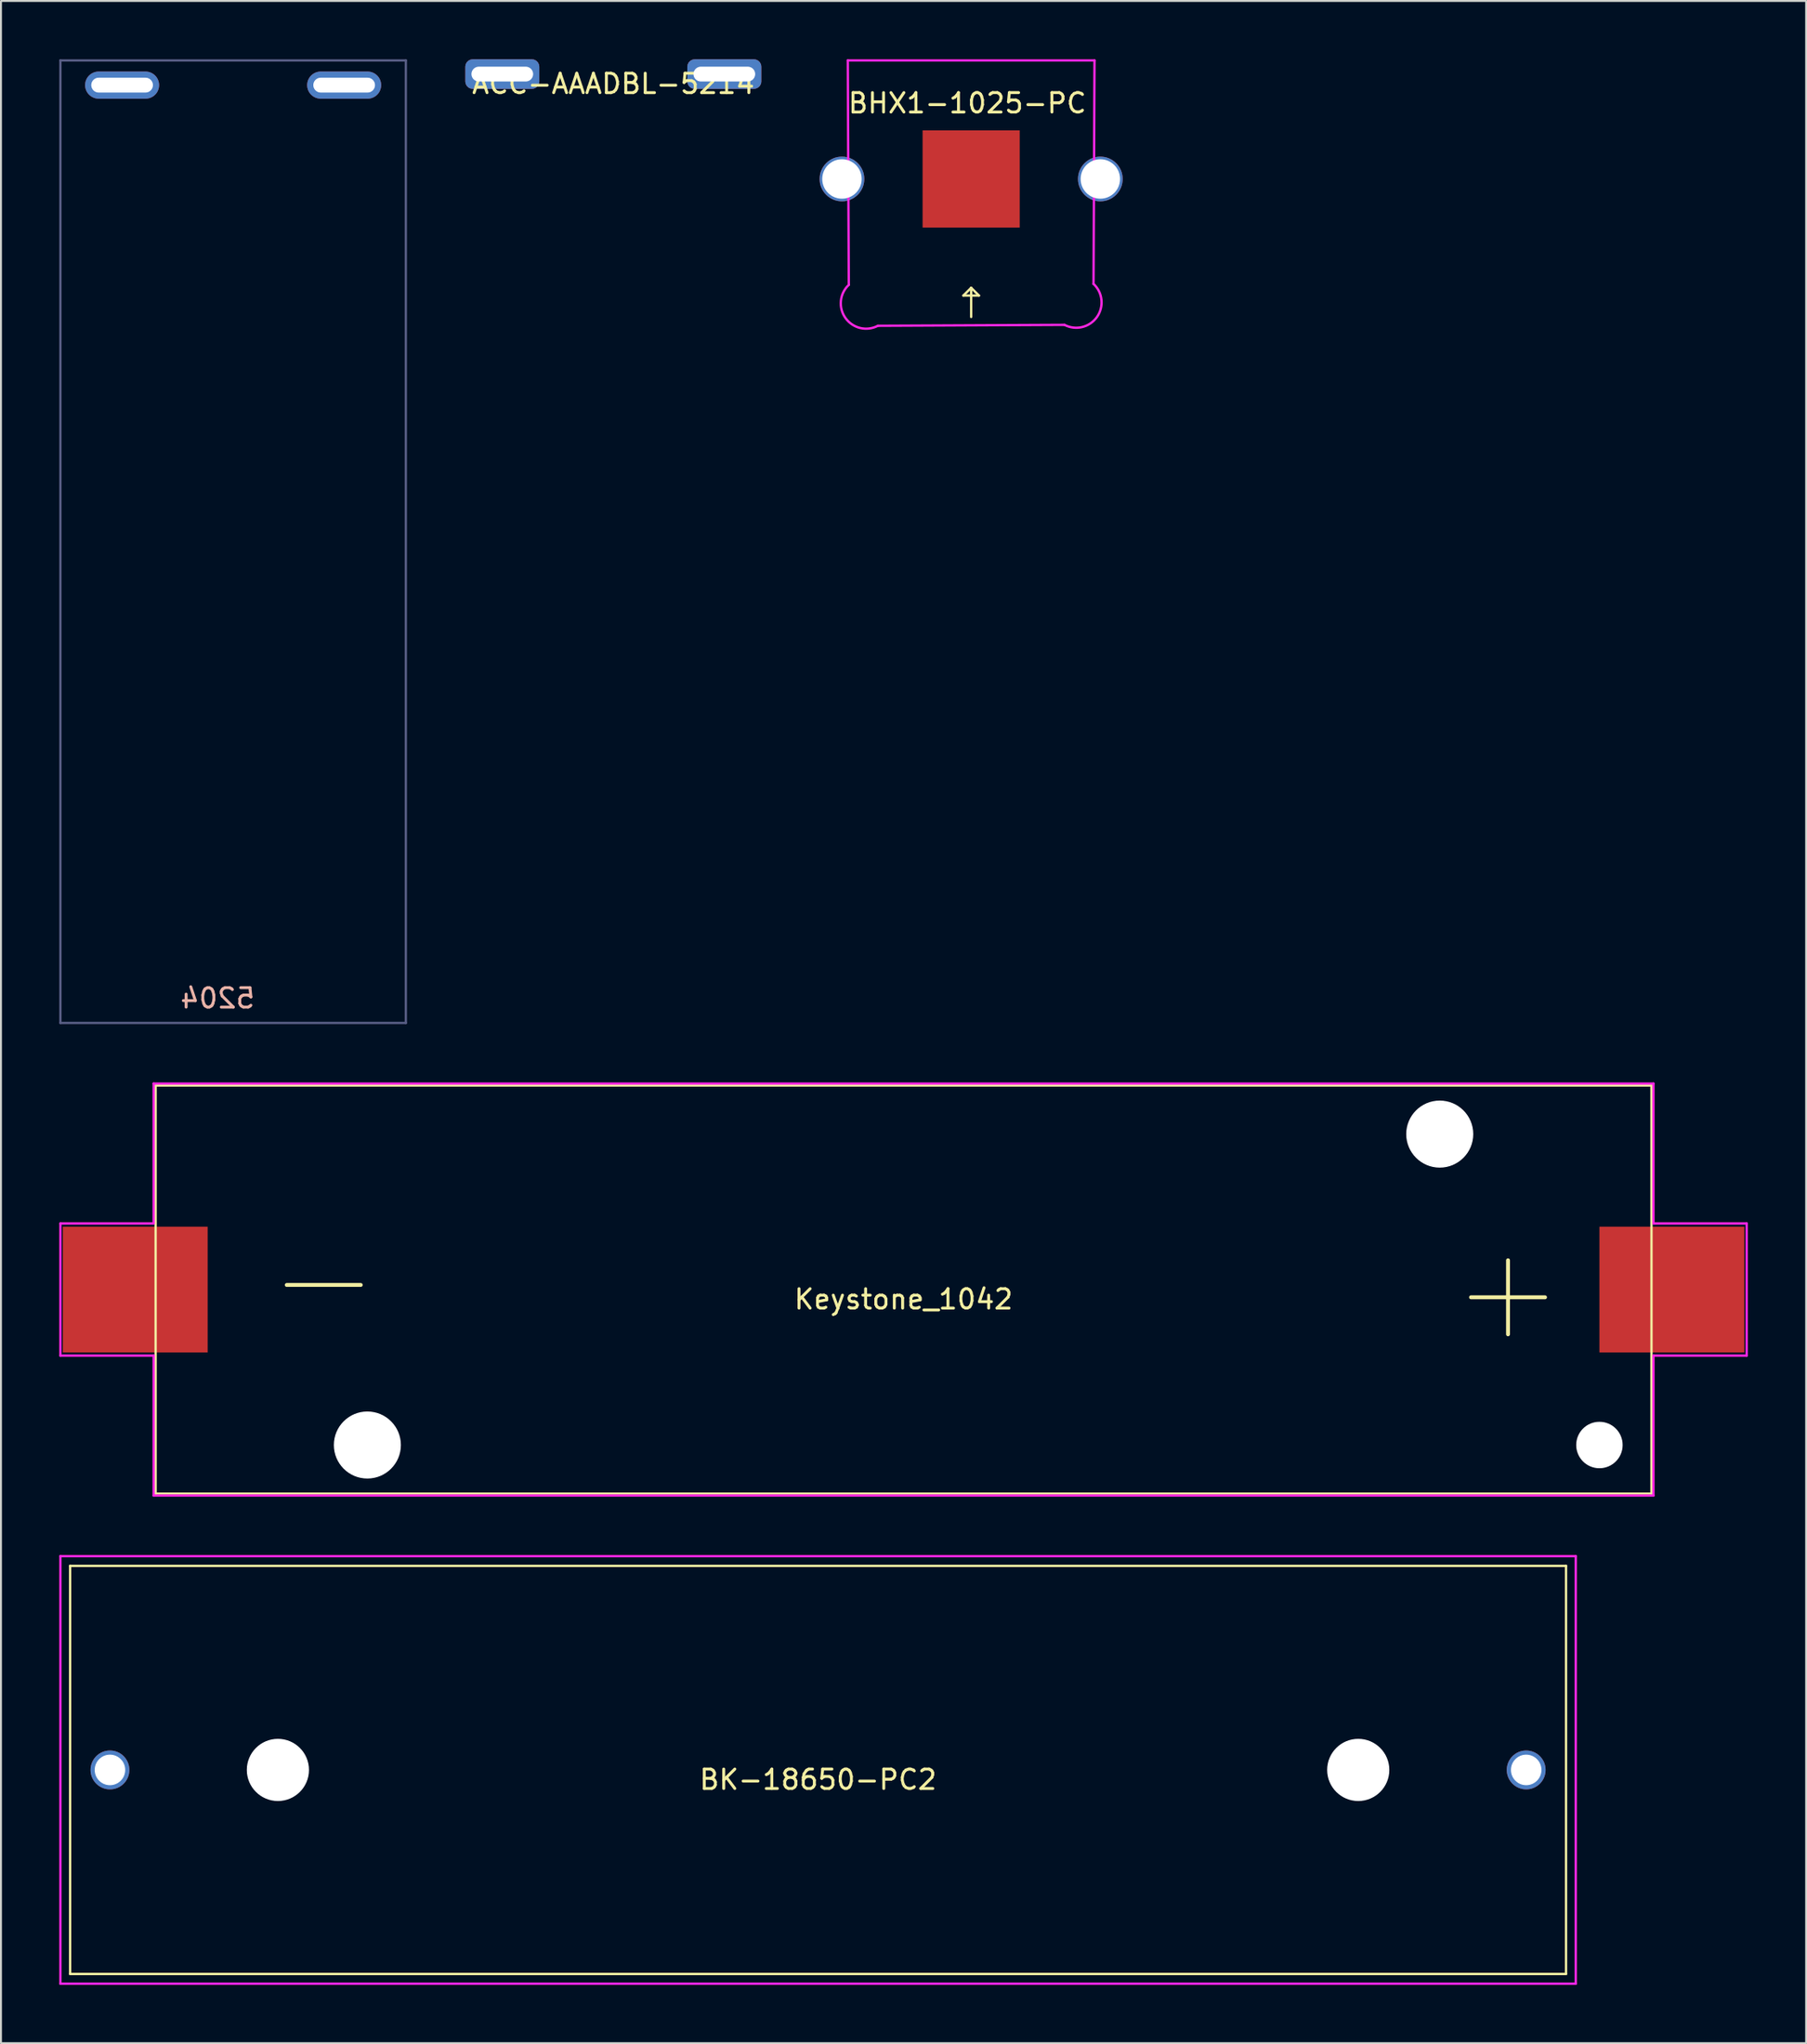
<source format=kicad_pcb>
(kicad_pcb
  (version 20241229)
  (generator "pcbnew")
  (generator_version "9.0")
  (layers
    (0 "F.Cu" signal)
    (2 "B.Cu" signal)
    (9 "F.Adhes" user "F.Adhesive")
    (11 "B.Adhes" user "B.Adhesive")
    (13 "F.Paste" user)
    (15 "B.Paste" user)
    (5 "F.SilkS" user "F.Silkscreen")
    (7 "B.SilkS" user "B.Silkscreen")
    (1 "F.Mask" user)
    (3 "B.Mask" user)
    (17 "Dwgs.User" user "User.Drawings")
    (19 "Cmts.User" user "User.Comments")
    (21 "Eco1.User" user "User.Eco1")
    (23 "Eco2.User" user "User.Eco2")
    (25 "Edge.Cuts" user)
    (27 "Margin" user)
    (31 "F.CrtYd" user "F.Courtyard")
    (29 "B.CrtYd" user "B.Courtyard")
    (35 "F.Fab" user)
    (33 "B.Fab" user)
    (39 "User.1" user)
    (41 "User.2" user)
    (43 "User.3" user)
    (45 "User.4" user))
  (footprint "ACC-AAADBL-5214"
    (layer "F.Cu")
    (at 28.52 0.762)
    (property "Reference" "ACC-AAADBL-5214" (at 0 0.5 0) (layer "F.SilkS") (effects (font (size 1 1) (thickness 0.15))))
    (attr through_hole)
    (pad "1" thru_hole roundrect (at -5.715 0) (size 3.81 1.524) (drill oval 3.175 0.762) (layers "*.Cu" "*.Mask") (roundrect_rratio 0.25))
    (pad "2" thru_hole roundrect (at 5.715 0) (size 3.81 1.524) (drill oval 3.175 0.762) (layers "*.Cu" "*.Mask") (roundrect_rratio 0.25)))
  (footprint "Keystone_1042"
    (layer "F.Cu")
    (at 43.46 63.31)
    (property "Reference" "Keystone_1042" (at 0 0.5 0) (layer "F.SilkS") (effects (font (size 1 1) (thickness 0.15))))
    (attr through_hole)
    (fp_line (start -38.5 -10.5) (end 38.5 -10.5) (stroke (width 0.12) (type solid)) (layer "F.SilkS"))
    (fp_line (start -38.5 10.5) (end -38.5 -10.5) (stroke (width 0.12) (type solid)) (layer "F.SilkS"))
    (fp_line (start 38.5 -10.5) (end 38.5 10.5) (stroke (width 0.12) (type solid)) (layer "F.SilkS"))
    (fp_line (start 38.5 10.5) (end -38.5 10.5) (stroke (width 0.12) (type solid)) (layer "F.SilkS"))
    (fp_line (start -43.4 -3.4) (end -43.4 3.4) (stroke (width 0.12) (type solid)) (layer "F.CrtYd"))
    (fp_line (start -43.4 3.4) (end -38.6 3.4) (stroke (width 0.12) (type solid)) (layer "F.CrtYd"))
    (fp_line (start -38.6 -10.6) (end -38.6 -3.4) (stroke (width 0.12) (type solid)) (layer "F.CrtYd"))
    (fp_line (start -38.6 -3.4) (end -43.4 -3.4) (stroke (width 0.12) (type solid)) (layer "F.CrtYd"))
    (fp_line (start -38.6 3.4) (end -38.6 10.6) (stroke (width 0.12) (type solid)) (layer "F.CrtYd"))
    (fp_line (start -38.6 10.6) (end 38.6 10.6) (stroke (width 0.12) (type solid)) (layer "F.CrtYd"))
    (fp_line (start 38.6 -10.6) (end -38.6 -10.6) (stroke (width 0.12) (type solid)) (layer "F.CrtYd"))
    (fp_line (start 38.6 -3.4) (end 38.6 -10.6) (stroke (width 0.12) (type solid)) (layer "F.CrtYd"))
    (fp_line (start 38.6 3.4) (end 43.4 3.4) (stroke (width 0.12) (type solid)) (layer "F.CrtYd"))
    (fp_line (start 38.6 10.6) (end 38.6 3.4) (stroke (width 0.12) (type solid)) (layer "F.CrtYd"))
    (fp_line (start 43.4 -3.4) (end 38.6 -3.4) (stroke (width 0.12) (type solid)) (layer "F.CrtYd"))
    (fp_line (start 43.4 3.4) (end 43.4 -3.4) (stroke (width 0.12) (type solid)) (layer "F.CrtYd"))
    (fp_text user "+" (at 31.115 0 0) (layer "F.SilkS") (effects (font (size 5 5) (thickness 0.2))))
    (fp_text user "-" (at -29.845 -0.635 0) (layer "F.SilkS") (effects (font (size 5 5) (thickness 0.2))))
    (pad "" np_thru_hole circle (at -27.6 8) (size 3.45 3.45) (drill 3.45) (layers "*.Cu" "*.Mask"))
    (pad "" np_thru_hole circle (at 27.6 -8) (size 3.45 3.45) (drill 3.45) (layers "*.Cu" "*.Mask"))
    (pad "" np_thru_hole circle (at 35.82 8) (size 2.39 2.39) (drill 2.39) (layers "*.Cu" "*.Mask"))
    (pad "1" smd rect (at 39.55 0) (size 7.46 6.47) (layers "F.Cu" "F.Mask" "F.Paste"))
    (pad "2" smd rect (at -39.55 0) (size 7.46 6.47) (layers "F.Cu" "F.Mask" "F.Paste")))
  (footprint "‎BK-18650-PC2"
    (layer "F.Cu")
    (at 39.06 88.03)
    (property "Reference" "‎BK-18650-PC2" (at 0 0.5 0) (layer "F.SilkS") (effects (font (size 1 1) (thickness 0.15))))
    (attr through_hole)
    (fp_line (start -38.5 -10.5) (end 38.5 -10.5) (stroke (width 0.12) (type solid)) (layer "F.SilkS"))
    (fp_line (start -38.5 10.5) (end -38.5 -10.5) (stroke (width 0.12) (type solid)) (layer "F.SilkS"))
    (fp_line (start 38.5 -10.5) (end 38.5 10.5) (stroke (width 0.12) (type solid)) (layer "F.SilkS"))
    (fp_line (start 38.5 10.5) (end -38.5 10.5) (stroke (width 0.12) (type solid)) (layer "F.SilkS"))
    (fp_line (start -39 -11) (end 39 -11) (stroke (width 0.12) (type solid)) (layer "F.CrtYd"))
    (fp_line (start -39 11) (end -39 -11) (stroke (width 0.12) (type solid)) (layer "F.CrtYd"))
    (fp_line (start 39 -11) (end 39 11) (stroke (width 0.12) (type solid)) (layer "F.CrtYd"))
    (fp_line (start 39 11) (end -39 11) (stroke (width 0.12) (type solid)) (layer "F.CrtYd"))
    (pad "" np_thru_hole circle (at -27.805 0) (size 3.2 3.2) (drill 3.2) (layers "*.Cu" "*.Mask"))
    (pad "" np_thru_hole circle (at 27.805 0) (size 3.2 3.2) (drill 3.2) (layers "*.Cu" "*.Mask"))
    (pad "1" thru_hole circle (at -36.45 0) (size 2 2) (drill 1.57) (layers "*.Cu" "*.Mask"))
    (pad "2" thru_hole circle (at 36.45 0) (size 2 2) (drill 1.57) (layers "*.Cu" "*.Mask")))
  (footprint "BHX1-1025-PC"
    (layer "F.Cu")
    (at 46.94 6.16)
    (property "Reference" "BHX1-1025-PC" (at -0.2 -3.9 0) (layer "F.SilkS") (effects (font (size 1 1) (thickness 0.15))))
    (attr through_hole)
    (fp_line (start -0.4 6) (end 0.4 6) (stroke (width 0.12) (type solid)) (layer "F.SilkS"))
    (fp_line (start 0 5.6) (end -0.4 6) (stroke (width 0.12) (type solid)) (layer "F.SilkS"))
    (fp_line (start 0 7.1) (end 0 5.6) (stroke (width 0.12) (type solid)) (layer "F.SilkS"))
    (fp_line (start 0.4 6) (end 0 5.6) (stroke (width 0.12) (type solid)) (layer "F.SilkS"))
    (fp_line (start -6.35 -6.1) (end 6.35 -6.1) (stroke (width 0.12) (type solid)) (layer "F.CrtYd"))
    (fp_line (start -6.298 5.448) (end -6.35 -6.1) (stroke (width 0.12) (type solid)) (layer "F.CrtYd"))
    (fp_line (start -4.8 7.554) (end 4.802 7.506) (stroke (width 0.12) (type solid)) (layer "F.CrtYd"))
    (fp_line (start 6.35 -6.1) (end 6.3 5.4) (stroke (width 0.12) (type solid)) (layer "F.CrtYd"))
    (fp_arc (start -4.8 7.553698) (mid -6.469616 7.155654) (end -6.297806 5.447866) (stroke (width 0.12) (type solid)) (layer "F.CrtYd"))
    (fp_arc (start 6.3 5.4) (mid 6.47181 7.107788) (end 4.802194 7.505832) (stroke (width 0.12) (type solid)) (layer "F.CrtYd"))
    (pad "+" thru_hole circle (at -6.65 0) (size 2.3 2.3) (drill 2.03) (layers "*.Cu" "*.Mask"))
    (pad "+" thru_hole circle (at 6.65 0) (size 2.3 2.3) (drill 2.03) (layers "*.Cu" "*.Mask"))
    (pad "-" smd rect (at 0 0) (size 5 5) (layers "F.Cu" "F.Mask" "F.Paste")))
  (footprint "5204"
    (layer "F.Cu")
    (at 8.95 1.33)
    (property "Reference" "5204" (at -0.8 46.99 0) (layer "B.SilkS") (effects (font (size 1 1) (thickness 0.15)) (justify mirror)))
    (attr through_hole)
    (fp_line (start -8.89 -1.27) (end 8.89 -1.27) (stroke (width 0.12) (type solid)) (layer "B.Fab"))
    (fp_line (start -8.89 48.26) (end -8.89 -1.27) (stroke (width 0.12) (type solid)) (layer "B.Fab"))
    (fp_line (start 8.89 -1.27) (end 8.89 48.26) (stroke (width 0.12) (type solid)) (layer "B.Fab"))
    (fp_line (start 8.89 48.26) (end -8.89 48.26) (stroke (width 0.12) (type solid)) (layer "B.Fab"))
    (pad "1" thru_hole oval (at 5.715 0) (size 3.81 1.397) (drill oval 3.175 0.762) (layers "*.Cu" "*.Mask"))
    (pad "2" thru_hole oval (at -5.715 0) (size 3.81 1.397) (drill oval 3.175 0.762) (layers "*.Cu" "*.Mask")))
  (gr_rect
    (start -3 -3)
    (end 89.92 102.09)
    (stroke (width 0.1) (type default))
    (fill no)
    (layer "Edge.Cuts")))
</source>
